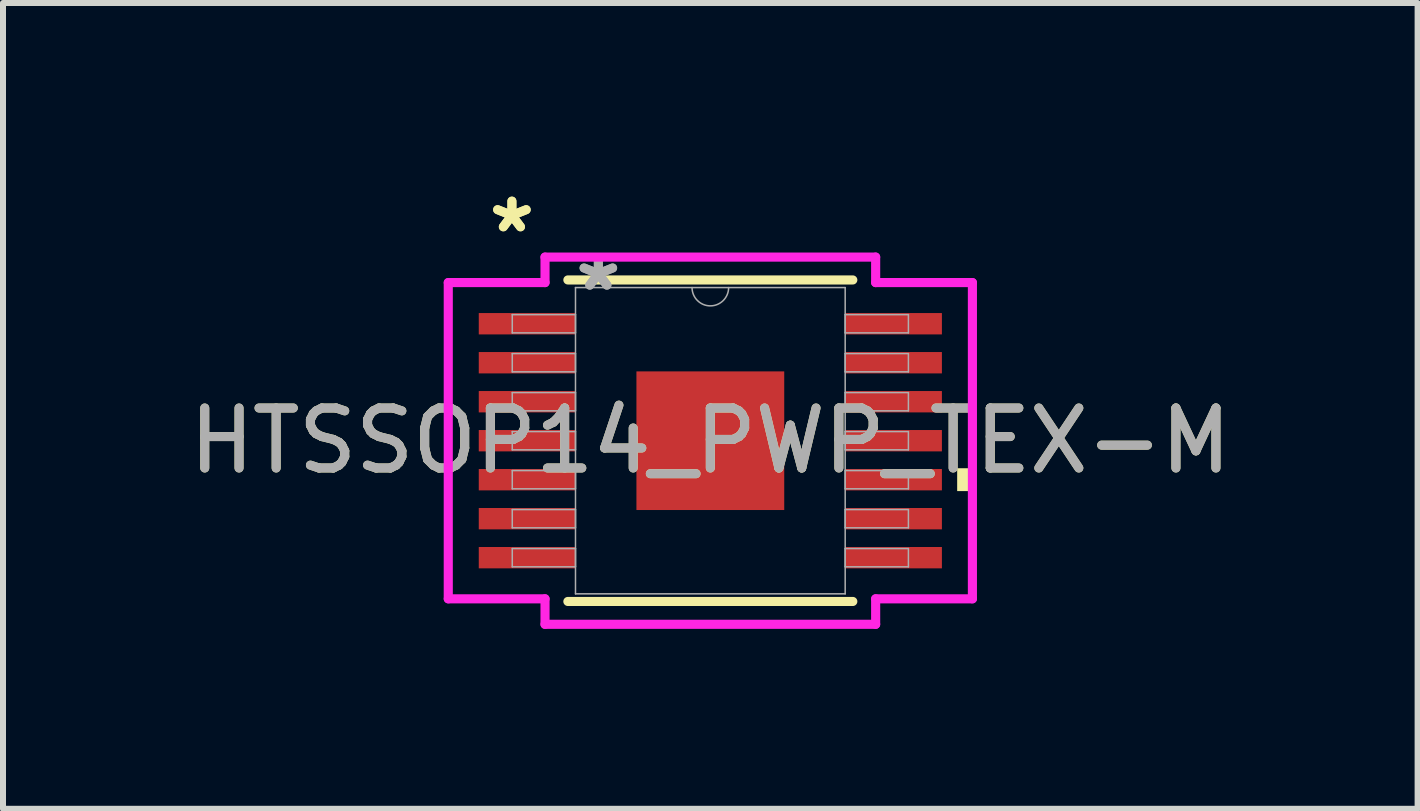
<source format=kicad_pcb>
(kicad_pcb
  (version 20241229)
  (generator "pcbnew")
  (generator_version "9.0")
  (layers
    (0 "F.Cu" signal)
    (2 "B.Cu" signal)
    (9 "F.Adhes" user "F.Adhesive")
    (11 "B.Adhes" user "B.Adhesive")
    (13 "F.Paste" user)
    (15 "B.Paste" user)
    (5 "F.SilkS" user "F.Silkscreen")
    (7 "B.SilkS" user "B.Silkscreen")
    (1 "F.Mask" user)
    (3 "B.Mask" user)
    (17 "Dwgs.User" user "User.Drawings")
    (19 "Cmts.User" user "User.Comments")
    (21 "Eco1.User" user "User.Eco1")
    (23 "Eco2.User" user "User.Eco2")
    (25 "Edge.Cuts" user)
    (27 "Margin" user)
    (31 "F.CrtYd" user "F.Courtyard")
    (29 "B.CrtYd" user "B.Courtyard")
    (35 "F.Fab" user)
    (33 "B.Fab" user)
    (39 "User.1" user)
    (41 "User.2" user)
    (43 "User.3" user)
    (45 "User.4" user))
  (footprint "HTSSOP14_PWP_TEX-M"
    (layer "F.Cu")
    (at 8.792 4.297)
    (property "Reference" "HTSSOP14_PWP_TEX-M" (at 0 0 0) (unlocked yes) (layer "F.SilkS") (effects (font (size 1 1) (thickness 0.15))))
    (attr smd)
    (fp_line (start -2.375 2.68) (end 2.375 2.68) (stroke (width 0.152) (type solid)) (layer "F.SilkS"))
    (fp_line (start 2.375 -2.68) (end -2.375 -2.68) (stroke (width 0.152) (type solid)) (layer "F.SilkS"))
    (fp_poly (pts (xy 4.369 0.459) (xy 4.369 0.84) (xy 4.115 0.84) (xy 4.115 0.459)) (stroke (width 0) (type solid)) (fill yes) (layer "F.SilkS"))
    (fp_line (start -4.369 -2.636) (end -2.756 -2.636) (stroke (width 0.152) (type solid)) (layer "F.CrtYd"))
    (fp_line (start -4.369 2.636) (end -4.369 -2.636) (stroke (width 0.152) (type solid)) (layer "F.CrtYd"))
    (fp_line (start -4.369 2.636) (end -2.756 2.636) (stroke (width 0.152) (type solid)) (layer "F.CrtYd"))
    (fp_line (start -2.756 -3.061) (end 2.756 -3.061) (stroke (width 0.152) (type solid)) (layer "F.CrtYd"))
    (fp_line (start -2.756 -2.636) (end -2.756 -3.061) (stroke (width 0.152) (type solid)) (layer "F.CrtYd"))
    (fp_line (start -2.756 3.061) (end -2.756 2.636) (stroke (width 0.152) (type solid)) (layer "F.CrtYd"))
    (fp_line (start 2.756 -3.061) (end 2.756 -2.636) (stroke (width 0.152) (type solid)) (layer "F.CrtYd"))
    (fp_line (start 2.756 2.636) (end 2.756 3.061) (stroke (width 0.152) (type solid)) (layer "F.CrtYd"))
    (fp_line (start 2.756 3.061) (end -2.756 3.061) (stroke (width 0.152) (type solid)) (layer "F.CrtYd"))
    (fp_line (start 4.369 -2.636) (end 2.756 -2.636) (stroke (width 0.152) (type solid)) (layer "F.CrtYd"))
    (fp_line (start 4.369 -2.636) (end 4.369 2.636) (stroke (width 0.152) (type solid)) (layer "F.CrtYd"))
    (fp_line (start 4.369 2.636) (end 2.756 2.636) (stroke (width 0.152) (type solid)) (layer "F.CrtYd"))
    (fp_line (start -3.302 -2.102) (end -3.302 -1.798) (stroke (width 0.025) (type solid)) (layer "F.Fab"))
    (fp_line (start -3.302 -1.798) (end -2.248 -1.798) (stroke (width 0.025) (type solid)) (layer "F.Fab"))
    (fp_line (start -3.302 -1.452) (end -3.302 -1.148) (stroke (width 0.025) (type solid)) (layer "F.Fab"))
    (fp_line (start -3.302 -1.148) (end -2.248 -1.148) (stroke (width 0.025) (type solid)) (layer "F.Fab"))
    (fp_line (start -3.302 -0.802) (end -3.302 -0.498) (stroke (width 0.025) (type solid)) (layer "F.Fab"))
    (fp_line (start -3.302 -0.498) (end -2.248 -0.498) (stroke (width 0.025) (type solid)) (layer "F.Fab"))
    (fp_line (start -3.302 -0.152) (end -3.302 0.152) (stroke (width 0.025) (type solid)) (layer "F.Fab"))
    (fp_line (start -3.302 0.152) (end -2.248 0.152) (stroke (width 0.025) (type solid)) (layer "F.Fab"))
    (fp_line (start -3.302 0.498) (end -3.302 0.802) (stroke (width 0.025) (type solid)) (layer "F.Fab"))
    (fp_line (start -3.302 0.802) (end -2.248 0.802) (stroke (width 0.025) (type solid)) (layer "F.Fab"))
    (fp_line (start -3.302 1.148) (end -3.302 1.452) (stroke (width 0.025) (type solid)) (layer "F.Fab"))
    (fp_line (start -3.302 1.452) (end -2.248 1.452) (stroke (width 0.025) (type solid)) (layer "F.Fab"))
    (fp_line (start -3.302 1.798) (end -3.302 2.102) (stroke (width 0.025) (type solid)) (layer "F.Fab"))
    (fp_line (start -3.302 2.102) (end -2.248 2.102) (stroke (width 0.025) (type solid)) (layer "F.Fab"))
    (fp_line (start -2.248 -2.553) (end -2.248 2.553) (stroke (width 0.025) (type solid)) (layer "F.Fab"))
    (fp_line (start -2.248 -2.102) (end -3.302 -2.102) (stroke (width 0.025) (type solid)) (layer "F.Fab"))
    (fp_line (start -2.248 -1.798) (end -2.248 -2.102) (stroke (width 0.025) (type solid)) (layer "F.Fab"))
    (fp_line (start -2.248 -1.452) (end -3.302 -1.452) (stroke (width 0.025) (type solid)) (layer "F.Fab"))
    (fp_line (start -2.248 -1.148) (end -2.248 -1.452) (stroke (width 0.025) (type solid)) (layer "F.Fab"))
    (fp_line (start -2.248 -0.802) (end -3.302 -0.802) (stroke (width 0.025) (type solid)) (layer "F.Fab"))
    (fp_line (start -2.248 -0.498) (end -2.248 -0.802) (stroke (width 0.025) (type solid)) (layer "F.Fab"))
    (fp_line (start -2.248 -0.152) (end -3.302 -0.152) (stroke (width 0.025) (type solid)) (layer "F.Fab"))
    (fp_line (start -2.248 0.152) (end -2.248 -0.152) (stroke (width 0.025) (type solid)) (layer "F.Fab"))
    (fp_line (start -2.248 0.498) (end -3.302 0.498) (stroke (width 0.025) (type solid)) (layer "F.Fab"))
    (fp_line (start -2.248 0.802) (end -2.248 0.498) (stroke (width 0.025) (type solid)) (layer "F.Fab"))
    (fp_line (start -2.248 1.148) (end -3.302 1.148) (stroke (width 0.025) (type solid)) (layer "F.Fab"))
    (fp_line (start -2.248 1.452) (end -2.248 1.148) (stroke (width 0.025) (type solid)) (layer "F.Fab"))
    (fp_line (start -2.248 1.798) (end -3.302 1.798) (stroke (width 0.025) (type solid)) (layer "F.Fab"))
    (fp_line (start -2.248 2.102) (end -2.248 1.798) (stroke (width 0.025) (type solid)) (layer "F.Fab"))
    (fp_line (start -2.248 2.553) (end 2.248 2.553) (stroke (width 0.025) (type solid)) (layer "F.Fab"))
    (fp_line (start 2.248 -2.553) (end -2.248 -2.553) (stroke (width 0.025) (type solid)) (layer "F.Fab"))
    (fp_line (start 2.248 -2.102) (end 2.248 -1.798) (stroke (width 0.025) (type solid)) (layer "F.Fab"))
    (fp_line (start 2.248 -1.798) (end 3.302 -1.798) (stroke (width 0.025) (type solid)) (layer "F.Fab"))
    (fp_line (start 2.248 -1.452) (end 2.248 -1.148) (stroke (width 0.025) (type solid)) (layer "F.Fab"))
    (fp_line (start 2.248 -1.148) (end 3.302 -1.148) (stroke (width 0.025) (type solid)) (layer "F.Fab"))
    (fp_line (start 2.248 -0.802) (end 2.248 -0.498) (stroke (width 0.025) (type solid)) (layer "F.Fab"))
    (fp_line (start 2.248 -0.498) (end 3.302 -0.498) (stroke (width 0.025) (type solid)) (layer "F.Fab"))
    (fp_line (start 2.248 -0.152) (end 2.248 0.152) (stroke (width 0.025) (type solid)) (layer "F.Fab"))
    (fp_line (start 2.248 0.152) (end 3.302 0.152) (stroke (width 0.025) (type solid)) (layer "F.Fab"))
    (fp_line (start 2.248 0.498) (end 2.248 0.802) (stroke (width 0.025) (type solid)) (layer "F.Fab"))
    (fp_line (start 2.248 0.802) (end 3.302 0.802) (stroke (width 0.025) (type solid)) (layer "F.Fab"))
    (fp_line (start 2.248 1.148) (end 2.248 1.452) (stroke (width 0.025) (type solid)) (layer "F.Fab"))
    (fp_line (start 2.248 1.452) (end 3.302 1.452) (stroke (width 0.025) (type solid)) (layer "F.Fab"))
    (fp_line (start 2.248 1.798) (end 2.248 2.102) (stroke (width 0.025) (type solid)) (layer "F.Fab"))
    (fp_line (start 2.248 2.102) (end 3.302 2.102) (stroke (width 0.025) (type solid)) (layer "F.Fab"))
    (fp_line (start 2.248 2.553) (end 2.248 -2.553) (stroke (width 0.025) (type solid)) (layer "F.Fab"))
    (fp_line (start 3.302 -2.102) (end 2.248 -2.102) (stroke (width 0.025) (type solid)) (layer "F.Fab"))
    (fp_line (start 3.302 -1.798) (end 3.302 -2.102) (stroke (width 0.025) (type solid)) (layer "F.Fab"))
    (fp_line (start 3.302 -1.452) (end 2.248 -1.452) (stroke (width 0.025) (type solid)) (layer "F.Fab"))
    (fp_line (start 3.302 -1.148) (end 3.302 -1.452) (stroke (width 0.025) (type solid)) (layer "F.Fab"))
    (fp_line (start 3.302 -0.802) (end 2.248 -0.802) (stroke (width 0.025) (type solid)) (layer "F.Fab"))
    (fp_line (start 3.302 -0.498) (end 3.302 -0.802) (stroke (width 0.025) (type solid)) (layer "F.Fab"))
    (fp_line (start 3.302 -0.152) (end 2.248 -0.152) (stroke (width 0.025) (type solid)) (layer "F.Fab"))
    (fp_line (start 3.302 0.152) (end 3.302 -0.152) (stroke (width 0.025) (type solid)) (layer "F.Fab"))
    (fp_line (start 3.302 0.498) (end 2.248 0.498) (stroke (width 0.025) (type solid)) (layer "F.Fab"))
    (fp_line (start 3.302 0.802) (end 3.302 0.498) (stroke (width 0.025) (type solid)) (layer "F.Fab"))
    (fp_line (start 3.302 1.148) (end 2.248 1.148) (stroke (width 0.025) (type solid)) (layer "F.Fab"))
    (fp_line (start 3.302 1.452) (end 3.302 1.148) (stroke (width 0.025) (type solid)) (layer "F.Fab"))
    (fp_line (start 3.302 1.798) (end 2.248 1.798) (stroke (width 0.025) (type solid)) (layer "F.Fab"))
    (fp_line (start 3.302 2.102) (end 3.302 1.798) (stroke (width 0.025) (type solid)) (layer "F.Fab"))
    (fp_arc (start 0.3048 -2.5527) (mid 0 -2.2479) (end -0.3048 -2.5527) (stroke (width 0.0254) (type solid)) (layer "F.Fab"))
    (fp_text user "*" (at -3.308 -3.449 0) (unlocked yes) (layer "F.SilkS") (effects (font (size 1 1) (thickness 0.15))))
    (fp_text user "*" (at -3.308 -3.449 0) (layer "F.SilkS") (effects (font (size 1 1) (thickness 0.15))))
    (fp_text user "*" (at -1.867 -2.477 0) (layer "F.Fab") (effects (font (size 1 1) (thickness 0.15))))
    (fp_text user "${REFERENCE}" (at 0 0 0) (unlocked yes) (layer "F.Fab") (effects (font (size 1 1) (thickness 0.15))))
    (fp_text user "*" (at -1.867 -2.477 0) (unlocked yes) (layer "F.Fab") (effects (font (size 1 1) (thickness 0.15))))
    (pad "1" smd rect (at -3.054 -1.95) (size 1.613 0.356) (layers "F.Cu" "F.Mask" "F.Paste"))
    (pad "2" smd rect (at -3.054 -1.3) (size 1.613 0.356) (layers "F.Cu" "F.Mask" "F.Paste"))
    (pad "3" smd rect (at -3.054 -0.65) (size 1.613 0.356) (layers "F.Cu" "F.Mask" "F.Paste"))
    (pad "4" smd rect (at -3.054 0) (size 1.613 0.356) (layers "F.Cu" "F.Mask" "F.Paste"))
    (pad "5" smd rect (at -3.054 0.65) (size 1.613 0.356) (layers "F.Cu" "F.Mask" "F.Paste"))
    (pad "6" smd rect (at -3.054 1.3) (size 1.613 0.356) (layers "F.Cu" "F.Mask" "F.Paste"))
    (pad "7" smd rect (at -3.054 1.95) (size 1.613 0.356) (layers "F.Cu" "F.Mask" "F.Paste"))
    (pad "8" smd rect (at 3.054 1.95) (size 1.613 0.356) (layers "F.Cu" "F.Mask" "F.Paste"))
    (pad "9" smd rect (at 3.054 1.3) (size 1.613 0.356) (layers "F.Cu" "F.Mask" "F.Paste"))
    (pad "10" smd rect (at 3.054 0.65) (size 1.613 0.356) (layers "F.Cu" "F.Mask" "F.Paste"))
    (pad "11" smd rect (at 3.054 0) (size 1.613 0.356) (layers "F.Cu" "F.Mask" "F.Paste"))
    (pad "12" smd rect (at 3.054 -0.65) (size 1.613 0.356) (layers "F.Cu" "F.Mask" "F.Paste"))
    (pad "13" smd rect (at 3.054 -1.3) (size 1.613 0.356) (layers "F.Cu" "F.Mask" "F.Paste"))
    (pad "14" smd rect (at 3.054 -1.95) (size 1.613 0.356) (layers "F.Cu" "F.Mask" "F.Paste"))
    (pad "EPAD" smd rect (at 0 0) (size 2.464 2.311) (layers "F.Cu" "F.Mask" "F.Paste")))
  (gr_rect
    (start -3 -3)
    (end 20.583 10.434)
    (stroke (width 0.1) (type default))
    (fill no)
    (layer "Edge.Cuts")))
</source>
